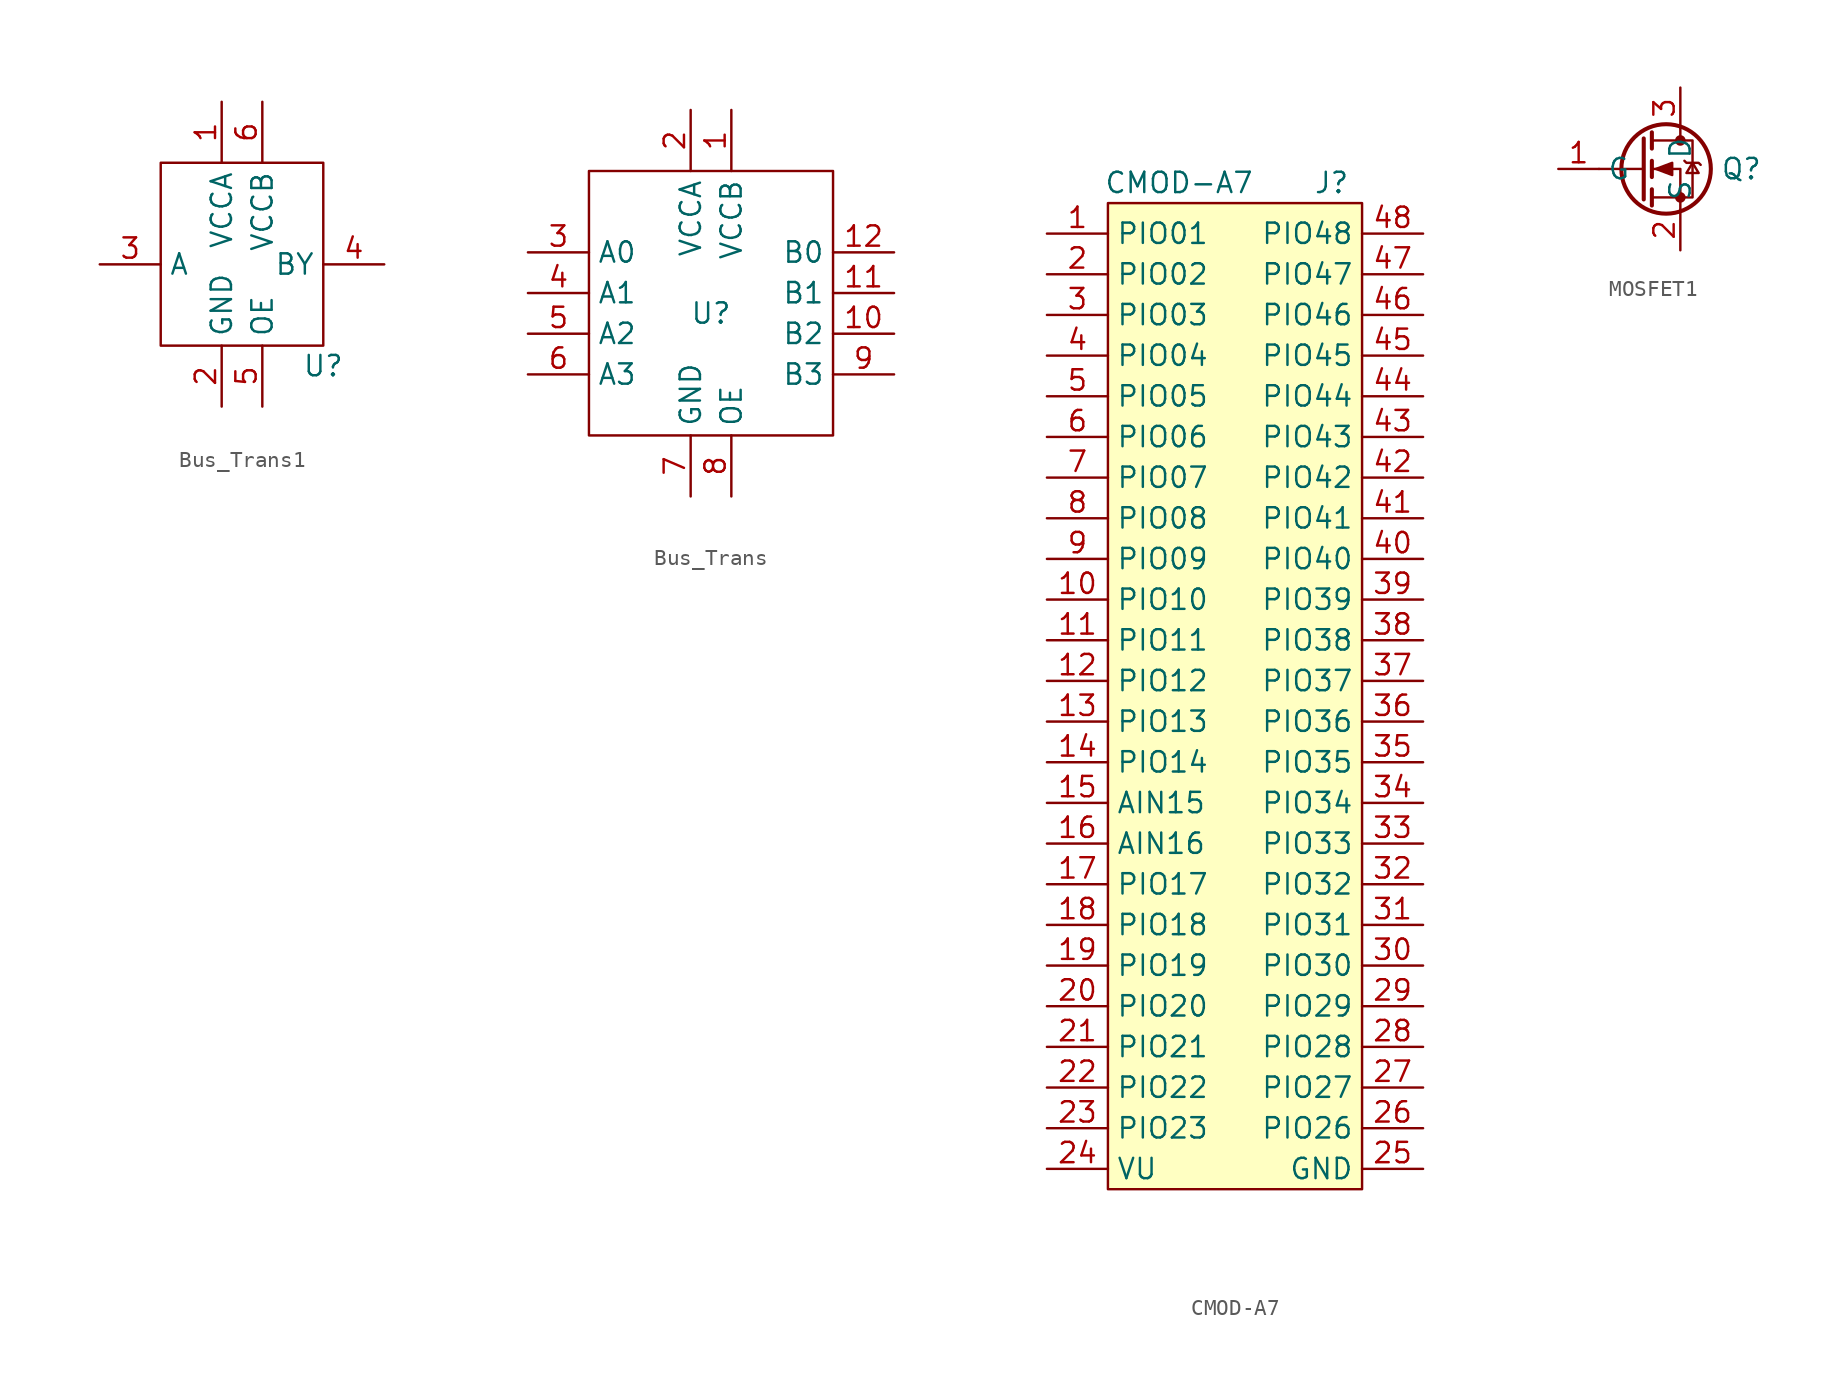
<source format=kicad_sym>
(kicad_symbol_lib
  (version 20220914)
  (generator kicad_symbol_editor)
  (symbol "Bus_Trans1"
    (property "Reference" "U"
      (at 5.08 -6.35 0)
      (effects (font (size 1.27 1.27))))
    (property "Value" ""
      (at 0 0 0)
      (effects (font (size 1.27 1.27))))
    (symbol "Bus_Trans1_0_1"
      (rectangle (start -5.08 6.35) (end 5.08 -5.08) (stroke (width 0) (type default)) (fill (type none))))
    (symbol "Bus_Trans1_1_1"
      (pin power_in line (at -1.27 10.16 270) (length 3.81) (name "VCCA" (effects (font (size 1.27 1.27)))) (number "1" (effects (font (size 1.27 1.27)))))
      (pin power_in line (at -1.27 -8.89 90) (length 3.81) (name "GND" (effects (font (size 1.27 1.27)))) (number "2" (effects (font (size 1.27 1.27)))))
      (pin input line (at -8.89 0 0) (length 3.81) (name "A" (effects (font (size 1.27 1.27)))) (number "3" (effects (font (size 1.27 1.27)))))
      (pin output line (at 8.89 0 180) (length 3.81) (name "BY" (effects (font (size 1.27 1.27)))) (number "4" (effects (font (size 1.27 1.27)))))
      (pin input line (at 1.27 -8.89 90) (length 3.81) (name "OE" (effects (font (size 1.27 1.27)))) (number "5" (effects (font (size 1.27 1.27)))))
      (pin power_in line (at 1.27 10.16 270) (length 3.81) (name "VCCB" (effects (font (size 1.27 1.27)))) (number "6" (effects (font (size 1.27 1.27)))))))
  (symbol "Bus_Trans"
    (property "Reference" "U"
      (at 0 0 0)
      (effects (font (size 1.27 1.27))))
    (property "Value" ""
      (at 0 0 0)
      (effects (font (size 1.27 1.27))))
    (symbol "Bus_Trans_0_1"
      (rectangle (start -7.62 8.89) (end 7.62 -7.62) (stroke (width 0) (type default)) (fill (type none))))
    (symbol "Bus_Trans_1_1"
      (pin power_in line (at 1.27 12.7 270) (length 3.81) (name "VCCB" (effects (font (size 1.27 1.27)))) (number "1" (effects (font (size 1.27 1.27)))))
      (pin bidirectional line (at 11.43 -1.27 180) (length 3.81) (name "B2" (effects (font (size 1.27 1.27)))) (number "10" (effects (font (size 1.27 1.27)))))
      (pin bidirectional line (at 11.43 1.27 180) (length 3.81) (name "B1" (effects (font (size 1.27 1.27)))) (number "11" (effects (font (size 1.27 1.27)))))
      (pin bidirectional line (at 11.43 3.81 180) (length 3.81) (name "B0" (effects (font (size 1.27 1.27)))) (number "12" (effects (font (size 1.27 1.27)))))
      (pin power_in line (at -1.27 12.7 270) (length 3.81) (name "VCCA" (effects (font (size 1.27 1.27)))) (number "2" (effects (font (size 1.27 1.27)))))
      (pin bidirectional line (at -11.43 3.81 0) (length 3.81) (name "A0" (effects (font (size 1.27 1.27)))) (number "3" (effects (font (size 1.27 1.27)))))
      (pin bidirectional line (at -11.43 1.27 0) (length 3.81) (name "A1" (effects (font (size 1.27 1.27)))) (number "4" (effects (font (size 1.27 1.27)))))
      (pin bidirectional line (at -11.43 -1.27 0) (length 3.81) (name "A2" (effects (font (size 1.27 1.27)))) (number "5" (effects (font (size 1.27 1.27)))))
      (pin bidirectional line (at -11.43 -3.81 0) (length 3.81) (name "A3" (effects (font (size 1.27 1.27)))) (number "6" (effects (font (size 1.27 1.27)))))
      (pin power_in line (at -1.27 -11.43 90) (length 3.81) (name "GND" (effects (font (size 1.27 1.27)))) (number "7" (effects (font (size 1.27 1.27)))))
      (pin input line (at 1.27 -11.43 90) (length 3.81) (name "OE" (effects (font (size 1.27 1.27)))) (number "8" (effects (font (size 1.27 1.27)))))
      (pin bidirectional line (at 11.43 -3.81 180) (length 3.81) (name "B3" (effects (font (size 1.27 1.27)))) (number "9" (effects (font (size 1.27 1.27)))))))
  (symbol "CMOD-A7"
    (property "Reference" "J"
      (at 6.985 32.385 0)
      (effects (font (size 1.27 1.27))))
    (property "Value" "CMOD-A7"
      (at -2.54 32.385 0)
      (effects (font (size 1.27 1.27))))
    (symbol "CMOD-A7_0_1"
      (rectangle (start -6.985 31.115) (end 8.89 -30.48) (stroke (width 0.152) (type default)) (fill (type background))))
    (symbol "CMOD-A7_1_1"
      (pin passive line (at -10.795 29.21 0) (length 3.81) (name "PIO01" (effects (font (size 1.27 1.27)))) (number "1" (effects (font (size 1.27 1.27)))))
      (pin passive line (at -10.795 6.35 0) (length 3.81) (name "PIO10" (effects (font (size 1.27 1.27)))) (number "10" (effects (font (size 1.27 1.27)))))
      (pin passive line (at -10.795 3.81 0) (length 3.81) (name "PIO11" (effects (font (size 1.27 1.27)))) (number "11" (effects (font (size 1.27 1.27)))))
      (pin passive line (at -10.795 1.27 0) (length 3.81) (name "PIO12" (effects (font (size 1.27 1.27)))) (number "12" (effects (font (size 1.27 1.27)))))
      (pin passive line (at -10.795 -1.27 0) (length 3.81) (name "PIO13" (effects (font (size 1.27 1.27)))) (number "13" (effects (font (size 1.27 1.27)))))
      (pin passive line (at -10.795 -3.81 0) (length 3.81) (name "PIO14" (effects (font (size 1.27 1.27)))) (number "14" (effects (font (size 1.27 1.27)))))
      (pin passive line (at -10.795 -6.35 0) (length 3.81) (name "AIN15" (effects (font (size 1.27 1.27)))) (number "15" (effects (font (size 1.27 1.27)))))
      (pin passive line (at -10.795 -8.89 0) (length 3.81) (name "AIN16" (effects (font (size 1.27 1.27)))) (number "16" (effects (font (size 1.27 1.27)))))
      (pin passive line (at -10.795 -11.43 0) (length 3.81) (name "PIO17" (effects (font (size 1.27 1.27)))) (number "17" (effects (font (size 1.27 1.27)))))
      (pin passive line (at -10.795 -13.97 0) (length 3.81) (name "PIO18" (effects (font (size 1.27 1.27)))) (number "18" (effects (font (size 1.27 1.27)))))
      (pin passive line (at -10.795 -16.51 0) (length 3.81) (name "PIO19" (effects (font (size 1.27 1.27)))) (number "19" (effects (font (size 1.27 1.27)))))
      (pin passive line (at -10.795 26.67 0) (length 3.81) (name "PIO02" (effects (font (size 1.27 1.27)))) (number "2" (effects (font (size 1.27 1.27)))))
      (pin passive line (at -10.795 -19.05 0) (length 3.81) (name "PIO20" (effects (font (size 1.27 1.27)))) (number "20" (effects (font (size 1.27 1.27)))))
      (pin passive line (at -10.795 -21.59 0) (length 3.81) (name "PIO21" (effects (font (size 1.27 1.27)))) (number "21" (effects (font (size 1.27 1.27)))))
      (pin passive line (at -10.795 -24.13 0) (length 3.81) (name "PIO22" (effects (font (size 1.27 1.27)))) (number "22" (effects (font (size 1.27 1.27)))))
      (pin passive line (at -10.795 -26.67 0) (length 3.81) (name "PIO23" (effects (font (size 1.27 1.27)))) (number "23" (effects (font (size 1.27 1.27)))))
      (pin passive line (at -10.795 -29.21 0) (length 3.81) (name "VU" (effects (font (size 1.27 1.27)))) (number "24" (effects (font (size 1.27 1.27)))))
      (pin passive line (at 12.7 -29.21 180) (length 3.81) (name "GND" (effects (font (size 1.27 1.27)))) (number "25" (effects (font (size 1.27 1.27)))))
      (pin passive line (at 12.7 -26.67 180) (length 3.81) (name "PIO26" (effects (font (size 1.27 1.27)))) (number "26" (effects (font (size 1.27 1.27)))))
      (pin passive line (at 12.7 -24.13 180) (length 3.81) (name "PIO27" (effects (font (size 1.27 1.27)))) (number "27" (effects (font (size 1.27 1.27)))))
      (pin passive line (at 12.7 -21.59 180) (length 3.81) (name "PIO28" (effects (font (size 1.27 1.27)))) (number "28" (effects (font (size 1.27 1.27)))))
      (pin passive line (at 12.7 -19.05 180) (length 3.81) (name "PIO29" (effects (font (size 1.27 1.27)))) (number "29" (effects (font (size 1.27 1.27)))))
      (pin passive line (at -10.795 24.13 0) (length 3.81) (name "PIO03" (effects (font (size 1.27 1.27)))) (number "3" (effects (font (size 1.27 1.27)))))
      (pin passive line (at 12.7 -16.51 180) (length 3.81) (name "PIO30" (effects (font (size 1.27 1.27)))) (number "30" (effects (font (size 1.27 1.27)))))
      (pin passive line (at 12.7 -13.97 180) (length 3.81) (name "PIO31" (effects (font (size 1.27 1.27)))) (number "31" (effects (font (size 1.27 1.27)))))
      (pin passive line (at 12.7 -11.43 180) (length 3.81) (name "PIO32" (effects (font (size 1.27 1.27)))) (number "32" (effects (font (size 1.27 1.27)))))
      (pin passive line (at 12.7 -8.89 180) (length 3.81) (name "PIO33" (effects (font (size 1.27 1.27)))) (number "33" (effects (font (size 1.27 1.27)))))
      (pin passive line (at 12.7 -6.35 180) (length 3.81) (name "PIO34" (effects (font (size 1.27 1.27)))) (number "34" (effects (font (size 1.27 1.27)))))
      (pin passive line (at 12.7 -3.81 180) (length 3.81) (name "PIO35" (effects (font (size 1.27 1.27)))) (number "35" (effects (font (size 1.27 1.27)))))
      (pin passive line (at 12.7 -1.27 180) (length 3.81) (name "PIO36" (effects (font (size 1.27 1.27)))) (number "36" (effects (font (size 1.27 1.27)))))
      (pin passive line (at 12.7 1.27 180) (length 3.81) (name "PIO37" (effects (font (size 1.27 1.27)))) (number "37" (effects (font (size 1.27 1.27)))))
      (pin passive line (at 12.7 3.81 180) (length 3.81) (name "PIO38" (effects (font (size 1.27 1.27)))) (number "38" (effects (font (size 1.27 1.27)))))
      (pin passive line (at 12.7 6.35 180) (length 3.81) (name "PIO39" (effects (font (size 1.27 1.27)))) (number "39" (effects (font (size 1.27 1.27)))))
      (pin passive line (at -10.795 21.59 0) (length 3.81) (name "PIO04" (effects (font (size 1.27 1.27)))) (number "4" (effects (font (size 1.27 1.27)))))
      (pin passive line (at 12.7 8.89 180) (length 3.81) (name "PIO40" (effects (font (size 1.27 1.27)))) (number "40" (effects (font (size 1.27 1.27)))))
      (pin passive line (at 12.7 11.43 180) (length 3.81) (name "PIO41" (effects (font (size 1.27 1.27)))) (number "41" (effects (font (size 1.27 1.27)))))
      (pin passive line (at 12.7 13.97 180) (length 3.81) (name "PIO42" (effects (font (size 1.27 1.27)))) (number "42" (effects (font (size 1.27 1.27)))))
      (pin passive line (at 12.7 16.51 180) (length 3.81) (name "PIO43" (effects (font (size 1.27 1.27)))) (number "43" (effects (font (size 1.27 1.27)))))
      (pin passive line (at 12.7 19.05 180) (length 3.81) (name "PIO44" (effects (font (size 1.27 1.27)))) (number "44" (effects (font (size 1.27 1.27)))))
      (pin passive line (at 12.7 21.59 180) (length 3.81) (name "PIO45" (effects (font (size 1.27 1.27)))) (number "45" (effects (font (size 1.27 1.27)))))
      (pin passive line (at 12.7 24.13 180) (length 3.81) (name "PIO46" (effects (font (size 1.27 1.27)))) (number "46" (effects (font (size 1.27 1.27)))))
      (pin passive line (at 12.7 26.67 180) (length 3.81) (name "PIO47" (effects (font (size 1.27 1.27)))) (number "47" (effects (font (size 1.27 1.27)))))
      (pin passive line (at 12.7 29.21 180) (length 3.81) (name "PIO48" (effects (font (size 1.27 1.27)))) (number "48" (effects (font (size 1.27 1.27)))))
      (pin passive line (at -10.795 19.05 0) (length 3.81) (name "PIO05" (effects (font (size 1.27 1.27)))) (number "5" (effects (font (size 1.27 1.27)))))
      (pin passive line (at -10.795 16.51 0) (length 3.81) (name "PIO06" (effects (font (size 1.27 1.27)))) (number "6" (effects (font (size 1.27 1.27)))))
      (pin passive line (at -10.795 13.97 0) (length 3.81) (name "PIO07" (effects (font (size 1.27 1.27)))) (number "7" (effects (font (size 1.27 1.27)))))
      (pin passive line (at -10.795 11.43 0) (length 3.81) (name "PIO08" (effects (font (size 1.27 1.27)))) (number "8" (effects (font (size 1.27 1.27)))))
      (pin passive line (at -10.795 8.89 0) (length 3.81) (name "PIO09" (effects (font (size 1.27 1.27)))) (number "9" (effects (font (size 1.27 1.27)))))))
  (symbol "MOSFET1"
    (property "Reference" "Q"
      (at 3.81 0 0)
      (effects (font (size 1.27 1.27))))
    (property "Value" ""
      (at 0 0 0)
      (effects (font (size 1.27 1.27))))
    (symbol "MOSFET1_0_1"
      (circle (center -0.889 0) (radius 2.794) (stroke (width 0.254) (type default)) (fill (type none)))
      (circle (center 0 -1.778) (radius 0.254) (stroke (width 0) (type default)) (fill (type outline)))
      (polyline (pts (xy -2.286 0) (xy -5.08 0)) (stroke (width 0) (type default)) (fill (type none)))
      (polyline (pts (xy -2.286 1.905) (xy -2.286 -1.905)) (stroke (width 0.254) (type default)) (fill (type none)))
      (polyline (pts (xy -1.778 -1.27) (xy -1.778 -2.286)) (stroke (width 0.254) (type default)) (fill (type none)))
      (polyline (pts (xy -1.778 0.508) (xy -1.778 -0.508)) (stroke (width 0.254) (type default)) (fill (type none)))
      (polyline (pts (xy -1.778 2.286) (xy -1.778 1.27)) (stroke (width 0.254) (type default)) (fill (type none)))
      (polyline (pts (xy 0 2.54) (xy 0 1.778)) (stroke (width 0) (type default)) (fill (type none)))
      (polyline (pts (xy 0 -2.54) (xy 0 0) (xy -1.778 0)) (stroke (width 0) (type default)) (fill (type none)))
      (polyline (pts (xy -1.778 -1.778) (xy 0.762 -1.778) (xy 0.762 1.778) (xy -1.778 1.778)) (stroke (width 0) (type default)) (fill (type none)))
      (polyline (pts (xy -1.524 0) (xy -0.508 0.381) (xy -0.508 -0.381) (xy -1.524 0)) (stroke (width 0) (type default)) (fill (type outline)))
      (polyline (pts (xy 0.254 0.508) (xy 0.381 0.381) (xy 1.143 0.381) (xy 1.27 0.254)) (stroke (width 0) (type default)) (fill (type none)))
      (polyline (pts (xy 0.762 0.381) (xy 0.381 -0.254) (xy 1.143 -0.254) (xy 0.762 0.381)) (stroke (width 0) (type default)) (fill (type none)))
      (circle (center 0 1.778) (radius 0.254) (stroke (width 0) (type default)) (fill (type outline))))
    (symbol "MOSFET1_1_1"
      (pin input line (at -7.62 0 0) (length 2.54) (name "G" (effects (font (size 1.27 1.27)))) (number "1" (effects (font (size 1.27 1.27)))))
      (pin passive line (at 0 -5.08 90) (length 2.54) (name "S" (effects (font (size 1.27 1.27)))) (number "2" (effects (font (size 1.27 1.27)))))
      (pin passive line (at 0 5.08 270) (length 2.54) (name "D" (effects (font (size 1.27 1.27)))) (number "3" (effects (font (size 1.27 1.27))))))))
</source>
